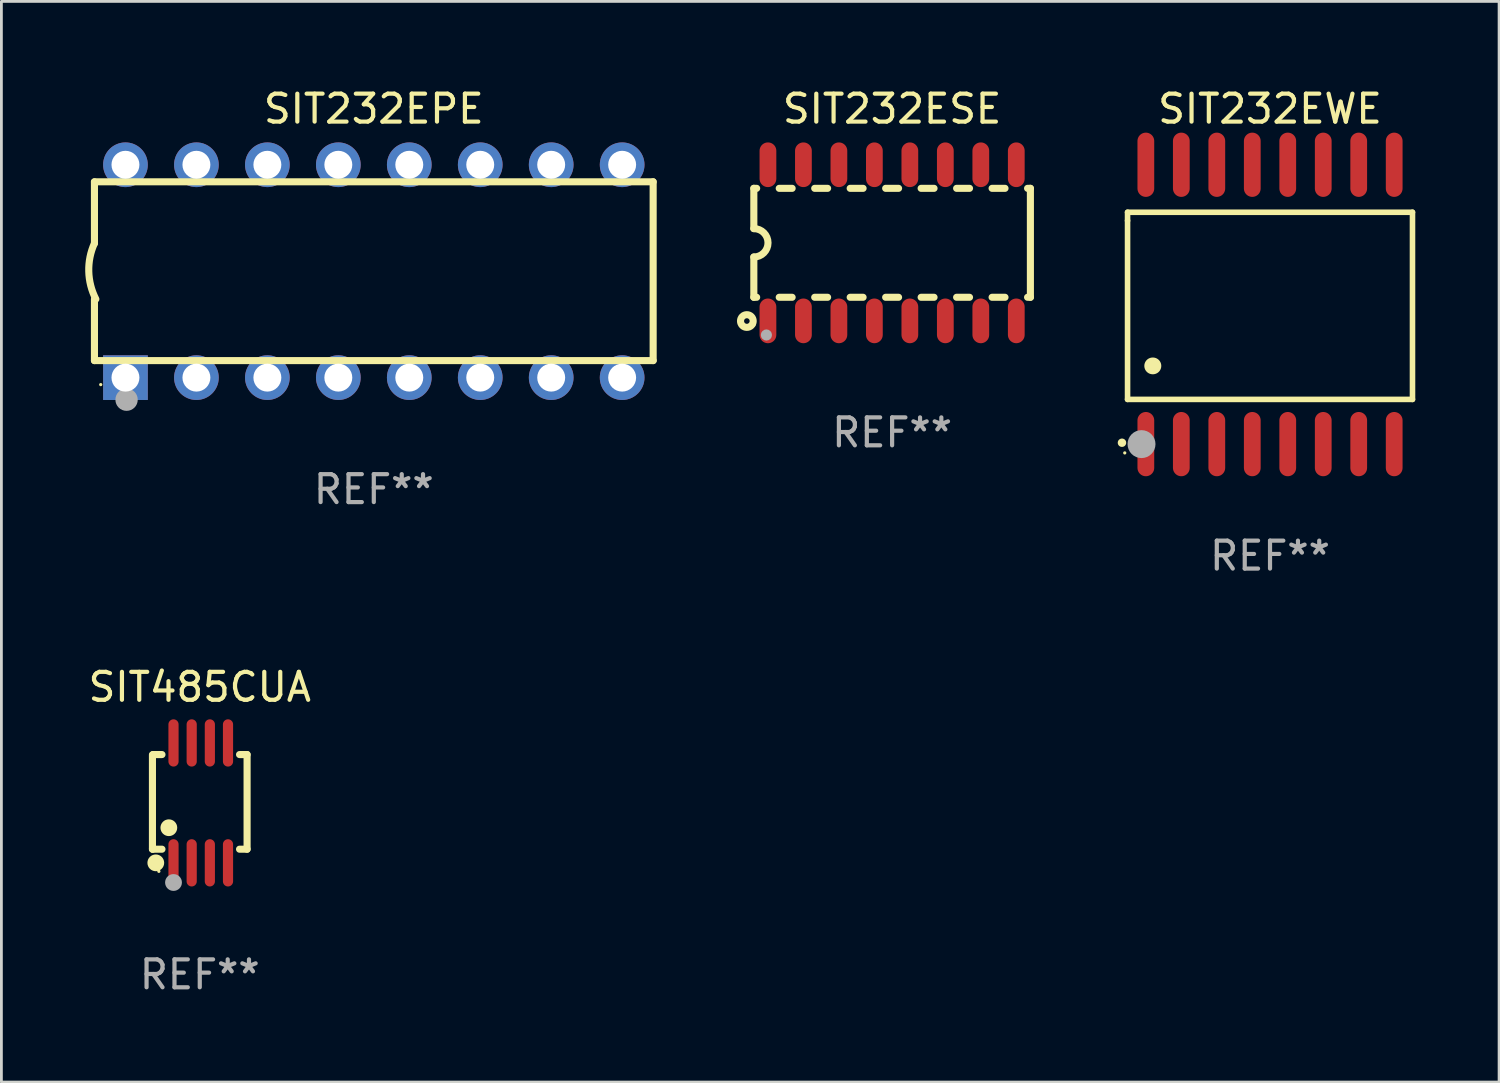
<source format=kicad_pcb>
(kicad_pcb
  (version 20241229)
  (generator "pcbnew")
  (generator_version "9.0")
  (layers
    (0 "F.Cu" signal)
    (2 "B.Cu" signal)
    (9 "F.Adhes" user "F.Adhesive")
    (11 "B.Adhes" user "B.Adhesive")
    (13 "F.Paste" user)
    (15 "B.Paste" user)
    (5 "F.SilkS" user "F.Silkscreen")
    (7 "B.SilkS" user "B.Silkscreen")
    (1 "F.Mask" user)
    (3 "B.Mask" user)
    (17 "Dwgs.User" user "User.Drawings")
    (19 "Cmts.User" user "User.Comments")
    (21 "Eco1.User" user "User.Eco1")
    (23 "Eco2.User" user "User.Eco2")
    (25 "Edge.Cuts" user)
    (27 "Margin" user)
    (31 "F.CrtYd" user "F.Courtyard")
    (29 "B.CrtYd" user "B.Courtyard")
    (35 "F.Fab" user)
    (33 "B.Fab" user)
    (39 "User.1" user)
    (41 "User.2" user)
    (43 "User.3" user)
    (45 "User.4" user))
  (footprint "SIT232EPE"
    (layer "F.Cu")
    (at 10.331 6.658)
    (property "Reference" "SIT232EPE" (at 0 -5.81 0) (layer "F.SilkS") (effects (font (size 1 1) (thickness 0.15))))
    (attr through_hole)
    (fp_line (start -10 -0.998) (end -10 -3.198) (stroke (width 0.254) (type solid)) (layer "F.SilkS"))
    (fp_line (start -10 3.2) (end -10 1) (stroke (width 0.254) (type solid)) (layer "F.SilkS"))
    (fp_line (start 10 -3.2) (end -10 -3.2) (stroke (width 0.254) (type solid)) (layer "F.SilkS"))
    (fp_line (start 10 3.2) (end -10 3.2) (stroke (width 0.254) (type solid)) (layer "F.SilkS"))
    (fp_line (start 10 3.2) (end 10 -3.2) (stroke (width 0.254) (type solid)) (layer "F.SilkS"))
    (fp_arc (start -9.949975 0.999974) (mid -10.203153 0.005693) (end -9.999987 -1) (stroke (width 0.254001) (type solid)) (layer "F.SilkS"))
    (fp_circle (center -9.775 4.06) (end -9.745 4.06) (stroke (width 0.06) (type solid)) (fill no) (layer "F.SilkS"))
    (fp_circle (center -8.85 4.6) (end -8.65 4.6) (stroke (width 0.4) (type solid)) (fill no) (layer "F.Fab"))
    (fp_text user "REF**" (at 0 7.81 0) (layer "F.Fab") (effects (font (size 1 1) (thickness 0.15))))
    (pad "1" thru_hole rect (at -8.89 3.81 90) (size 1.6 1.6) (drill 1) (layers "*.Cu" "*.Mask"))
    (pad "2" thru_hole circle (at -6.35 3.81) (size 1.6 1.6) (drill 1) (layers "*.Cu" "*.Mask"))
    (pad "3" thru_hole circle (at -3.81 3.81) (size 1.6 1.6) (drill 1) (layers "*.Cu" "*.Mask"))
    (pad "4" thru_hole circle (at -1.27 3.81) (size 1.6 1.6) (drill 1) (layers "*.Cu" "*.Mask"))
    (pad "5" thru_hole circle (at 1.27 3.81) (size 1.6 1.6) (drill 1) (layers "*.Cu" "*.Mask"))
    (pad "6" thru_hole circle (at 3.81 3.81) (size 1.6 1.6) (drill 1) (layers "*.Cu" "*.Mask"))
    (pad "7" thru_hole circle (at 6.35 3.81) (size 1.6 1.6) (drill 1) (layers "*.Cu" "*.Mask"))
    (pad "8" thru_hole circle (at 8.89 3.81) (size 1.6 1.6) (drill 1) (layers "*.Cu" "*.Mask"))
    (pad "9" thru_hole circle (at 8.89 -3.81) (size 1.6 1.6) (drill 1) (layers "*.Cu" "*.Mask"))
    (pad "10" thru_hole circle (at 6.35 -3.81) (size 1.6 1.6) (drill 1) (layers "*.Cu" "*.Mask"))
    (pad "11" thru_hole circle (at 3.81 -3.81) (size 1.6 1.6) (drill 1) (layers "*.Cu" "*.Mask"))
    (pad "12" thru_hole circle (at 1.27 -3.81) (size 1.6 1.6) (drill 1) (layers "*.Cu" "*.Mask"))
    (pad "13" thru_hole circle (at -1.27 -3.81) (size 1.6 1.6) (drill 1) (layers "*.Cu" "*.Mask"))
    (pad "14" thru_hole circle (at -3.81 -3.81) (size 1.6 1.6) (drill 1) (layers "*.Cu" "*.Mask"))
    (pad "15" thru_hole circle (at -6.35 -3.81) (size 1.6 1.6) (drill 1) (layers "*.Cu" "*.Mask"))
    (pad "16" thru_hole circle (at -8.89 -3.81) (size 1.6 1.6) (drill 1) (layers "*.Cu" "*.Mask")))
  (footprint "SIT485CUA"
    (layer "F.Cu")
    (at 4.101 25.691)
    (property "Reference" "SIT485CUA" (at 0 -4.146 0) (layer "F.SilkS") (effects (font (size 1 1) (thickness 0.15))))
    (attr through_hole)
    (fp_line (start -1.694 -1.724) (end -1.694 1.652) (stroke (width 0.254) (type solid)) (layer "F.SilkS"))
    (fp_line (start -1.694 1.652) (end -1.688 1.658) (stroke (width 0.254) (type solid)) (layer "F.SilkS"))
    (fp_line (start -1.688 1.658) (end -1.353 1.658) (stroke (width 0.254) (type solid)) (layer "F.SilkS"))
    (fp_line (start -1.661 -1.73) (end -1.681 -1.71) (stroke (width 0.254) (type solid)) (layer "F.SilkS"))
    (fp_line (start -1.353 -1.73) (end -1.661 -1.73) (stroke (width 0.254) (type solid)) (layer "F.SilkS"))
    (fp_line (start 1.424 1.658) (end 1.694 1.658) (stroke (width 0.254) (type solid)) (layer "F.SilkS"))
    (fp_line (start 1.694 -1.73) (end 1.424 -1.73) (stroke (width 0.254) (type solid)) (layer "F.SilkS"))
    (fp_line (start 1.694 1.658) (end 1.694 -1.73) (stroke (width 0.254) (type solid)) (layer "F.SilkS"))
    (fp_circle (center -1.574 2.146) (end -1.424 2.146) (stroke (width 0.3) (type solid)) (fill no) (layer "F.SilkS"))
    (fp_circle (center -1.464 2.45) (end -1.434 2.45) (stroke (width 0.06) (type solid)) (fill no) (layer "F.SilkS"))
    (fp_circle (center -1.107 0.889) (end -0.957 0.889) (stroke (width 0.3) (type solid)) (fill no) (layer "F.SilkS"))
    (fp_circle (center -0.94 2.85) (end -0.789 2.85) (stroke (width 0.3) (type solid)) (fill no) (layer "F.Fab"))
    (fp_text user "REF**" (at 0 6.146 0) (layer "F.Fab") (effects (font (size 1 1) (thickness 0.15))))
    (pad "1" smd oval (at -0.94 2.146) (size 0.364 1.692) (layers "F.Cu" "F.Mask" "F.Paste"))
    (pad "2" smd oval (at -0.289 2.146) (size 0.364 1.692) (layers "F.Cu" "F.Mask" "F.Paste"))
    (pad "3" smd oval (at 0.361 2.146) (size 0.364 1.692) (layers "F.Cu" "F.Mask" "F.Paste"))
    (pad "4" smd oval (at 1.011 2.146) (size 0.364 1.692) (layers "F.Cu" "F.Mask" "F.Paste"))
    (pad "5" smd oval (at 1.011 -2.146) (size 0.364 1.692) (layers "F.Cu" "F.Mask" "F.Paste"))
    (pad "6" smd oval (at 0.361 -2.146) (size 0.364 1.692) (layers "F.Cu" "F.Mask" "F.Paste"))
    (pad "7" smd oval (at -0.289 -2.146) (size 0.364 1.692) (layers "F.Cu" "F.Mask" "F.Paste"))
    (pad "8" smd oval (at -0.94 -2.146) (size 0.364 1.692) (layers "F.Cu" "F.Mask" "F.Paste")))
  (footprint "SIT232ESE"
    (layer "F.Cu")
    (at 28.885 5.642)
    (property "Reference" "SIT232ESE" (at 0 -4.794 0) (layer "F.SilkS") (effects (font (size 1 1) (thickness 0.15))))
    (attr through_hole)
    (fp_line (start -4.95 -1.95) (end -4.95 -0.508) (stroke (width 0.254) (type solid)) (layer "F.SilkS"))
    (fp_line (start -4.95 -1.95) (end -4.849 -1.95) (stroke (width 0.254) (type solid)) (layer "F.SilkS"))
    (fp_line (start -4.95 1.95) (end -4.95 0.508) (stroke (width 0.254) (type solid)) (layer "F.SilkS"))
    (fp_line (start -4.95 1.95) (end -4.849 1.95) (stroke (width 0.254) (type solid)) (layer "F.SilkS"))
    (fp_line (start -4.041 -1.95) (end -3.579 -1.95) (stroke (width 0.254) (type solid)) (layer "F.SilkS"))
    (fp_line (start -4.041 1.95) (end -3.579 1.95) (stroke (width 0.254) (type solid)) (layer "F.SilkS"))
    (fp_line (start -2.771 -1.95) (end -2.309 -1.95) (stroke (width 0.254) (type solid)) (layer "F.SilkS"))
    (fp_line (start -2.771 1.95) (end -2.309 1.95) (stroke (width 0.254) (type solid)) (layer "F.SilkS"))
    (fp_line (start -1.501 -1.95) (end -1.039 -1.95) (stroke (width 0.254) (type solid)) (layer "F.SilkS"))
    (fp_line (start -1.501 1.95) (end -1.039 1.95) (stroke (width 0.254) (type solid)) (layer "F.SilkS"))
    (fp_line (start -0.231 -1.95) (end 0.231 -1.95) (stroke (width 0.254) (type solid)) (layer "F.SilkS"))
    (fp_line (start -0.231 1.95) (end 0.231 1.95) (stroke (width 0.254) (type solid)) (layer "F.SilkS"))
    (fp_line (start 1.039 -1.95) (end 1.501 -1.95) (stroke (width 0.254) (type solid)) (layer "F.SilkS"))
    (fp_line (start 1.039 1.95) (end 1.501 1.95) (stroke (width 0.254) (type solid)) (layer "F.SilkS"))
    (fp_line (start 2.309 -1.95) (end 2.771 -1.95) (stroke (width 0.254) (type solid)) (layer "F.SilkS"))
    (fp_line (start 2.309 1.95) (end 2.771 1.95) (stroke (width 0.254) (type solid)) (layer "F.SilkS"))
    (fp_line (start 3.579 -1.95) (end 4.041 -1.95) (stroke (width 0.254) (type solid)) (layer "F.SilkS"))
    (fp_line (start 3.579 1.95) (end 4.041 1.95) (stroke (width 0.254) (type solid)) (layer "F.SilkS"))
    (fp_line (start 4.849 -1.95) (end 4.95 -1.95) (stroke (width 0.254) (type solid)) (layer "F.SilkS"))
    (fp_line (start 4.849 1.95) (end 4.95 1.95) (stroke (width 0.254) (type solid)) (layer "F.SilkS"))
    (fp_line (start 4.95 -1.95) (end 4.95 1.95) (stroke (width 0.254) (type solid)) (layer "F.SilkS"))
    (fp_arc (start -4.95047 -0.508001) (mid -4.442469 -0.000228) (end -4.950013 0.508001) (stroke (width 0.254001) (type solid)) (layer "F.SilkS"))
    (fp_circle (center -5.2 2.8) (end -5.1 2.8) (stroke (width 0.254) (type solid)) (fill no) (layer "F.SilkS"))
    (fp_circle (center -4.95 2.947) (end -4.92 2.947) (stroke (width 0.06) (type solid)) (fill no) (layer "F.SilkS"))
    (fp_circle (center -4.5 3.3) (end -4.4 3.3) (stroke (width 0.2) (type solid)) (fill no) (layer "F.Fab"))
    (fp_text user "REF**" (at 0 6.794 0) (layer "F.Fab") (effects (font (size 1 1) (thickness 0.15))))
    (pad "1" smd oval (at -4.445 2.794) (size 0.6 1.6) (layers "F.Cu" "F.Mask" "F.Paste"))
    (pad "2" smd oval (at -3.175 2.794) (size 0.6 1.6) (layers "F.Cu" "F.Mask" "F.Paste"))
    (pad "3" smd oval (at -1.905 2.794) (size 0.6 1.6) (layers "F.Cu" "F.Mask" "F.Paste"))
    (pad "4" smd oval (at -0.635 2.794) (size 0.6 1.6) (layers "F.Cu" "F.Mask" "F.Paste"))
    (pad "5" smd oval (at 0.635 2.794) (size 0.6 1.6) (layers "F.Cu" "F.Mask" "F.Paste"))
    (pad "6" smd oval (at 1.905 2.794) (size 0.6 1.6) (layers "F.Cu" "F.Mask" "F.Paste"))
    (pad "7" smd oval (at 3.175 2.794) (size 0.6 1.6) (layers "F.Cu" "F.Mask" "F.Paste"))
    (pad "8" smd oval (at 4.445 2.794) (size 0.6 1.6) (layers "F.Cu" "F.Mask" "F.Paste"))
    (pad "9" smd oval (at 4.445 -2.794) (size 0.6 1.6) (layers "F.Cu" "F.Mask" "F.Paste"))
    (pad "10" smd oval (at 3.175 -2.794) (size 0.6 1.6) (layers "F.Cu" "F.Mask" "F.Paste"))
    (pad "11" smd oval (at 1.905 -2.794) (size 0.6 1.6) (layers "F.Cu" "F.Mask" "F.Paste"))
    (pad "12" smd oval (at 0.635 -2.794) (size 0.6 1.6) (layers "F.Cu" "F.Mask" "F.Paste"))
    (pad "13" smd oval (at -0.635 -2.794) (size 0.6 1.6) (layers "F.Cu" "F.Mask" "F.Paste"))
    (pad "14" smd oval (at -1.905 -2.794) (size 0.6 1.6) (layers "F.Cu" "F.Mask" "F.Paste"))
    (pad "15" smd oval (at -3.175 -2.794) (size 0.6 1.6) (layers "F.Cu" "F.Mask" "F.Paste"))
    (pad "16" smd oval (at -4.445 -2.794) (size 0.6 1.6) (layers "F.Cu" "F.Mask" "F.Paste")))
  (footprint "SIT232EWE"
    (layer "F.Cu")
    (at 42.413 7.848)
    (property "Reference" "SIT232EWE" (at 0 -7 0) (layer "F.SilkS") (effects (font (size 1 1) (thickness 0.15))))
    (attr through_hole)
    (fp_line (start -5.1 -3.3) (end -5.1 -3) (stroke (width 0.2) (type solid)) (layer "F.SilkS"))
    (fp_line (start -5.1 -3) (end -5.1 3.4) (stroke (width 0.2) (type solid)) (layer "F.SilkS"))
    (fp_line (start -5.1 3.4) (end 5.1 3.4) (stroke (width 0.2) (type solid)) (layer "F.SilkS"))
    (fp_line (start 5.1 -3.3) (end -5.1 -3.3) (stroke (width 0.2) (type solid)) (layer "F.SilkS"))
    (fp_line (start 5.1 3.4) (end 5.1 -3.3) (stroke (width 0.2) (type solid)) (layer "F.SilkS"))
    (fp_arc (start -5.300991 4.950495) (mid -5.299721 4.95049) (end -5.298451 4.950495) (stroke (width 0.3) (type solid)) (layer "F.SilkS"))
    (fp_arc (start -4.2 2.200025) (mid -4.19619 2.200001) (end -4.19238 2.200025) (stroke (width 0.6) (type solid)) (layer "F.SilkS"))
    (fp_circle (center -5.2 5.315) (end -5.17 5.315) (stroke (width 0.06) (type solid)) (fill no) (layer "F.SilkS"))
    (fp_circle (center -4.6 5) (end -4.35 5) (stroke (width 0.5) (type solid)) (fill no) (layer "F.Fab"))
    (fp_text user "REF**" (at 0 9 0) (layer "F.Fab") (effects (font (size 1 1) (thickness 0.15))))
    (pad "1" smd oval (at -4.445 5 180) (size 0.6 2.3) (layers "F.Cu" "F.Mask" "F.Paste"))
    (pad "2" smd oval (at -3.175 5 180) (size 0.6 2.3) (layers "F.Cu" "F.Mask" "F.Paste"))
    (pad "3" smd oval (at -1.905 5 180) (size 0.6 2.3) (layers "F.Cu" "F.Mask" "F.Paste"))
    (pad "4" smd oval (at -0.635 5 180) (size 0.6 2.3) (layers "F.Cu" "F.Mask" "F.Paste"))
    (pad "5" smd oval (at 0.635 5 180) (size 0.6 2.3) (layers "F.Cu" "F.Mask" "F.Paste"))
    (pad "6" smd oval (at 1.905 5 180) (size 0.6 2.3) (layers "F.Cu" "F.Mask" "F.Paste"))
    (pad "7" smd oval (at 3.175 5 180) (size 0.6 2.3) (layers "F.Cu" "F.Mask" "F.Paste"))
    (pad "8" smd oval (at 4.445 5 180) (size 0.6 2.3) (layers "F.Cu" "F.Mask" "F.Paste"))
    (pad "9" smd oval (at 4.445 -5 180) (size 0.6 2.3) (layers "F.Cu" "F.Mask" "F.Paste"))
    (pad "10" smd oval (at 3.175 -5 180) (size 0.6 2.3) (layers "F.Cu" "F.Mask" "F.Paste"))
    (pad "11" smd oval (at 1.905 -5 180) (size 0.6 2.3) (layers "F.Cu" "F.Mask" "F.Paste"))
    (pad "12" smd oval (at 0.635 -5 180) (size 0.6 2.3) (layers "F.Cu" "F.Mask" "F.Paste"))
    (pad "13" smd oval (at -0.635 -5 180) (size 0.6 2.3) (layers "F.Cu" "F.Mask" "F.Paste"))
    (pad "14" smd oval (at -1.905 -5 180) (size 0.6 2.3) (layers "F.Cu" "F.Mask" "F.Paste"))
    (pad "15" smd oval (at -3.175 -5 180) (size 0.6 2.3) (layers "F.Cu" "F.Mask" "F.Paste"))
    (pad "16" smd oval (at -4.445 -5 180) (size 0.6 2.3) (layers "F.Cu" "F.Mask" "F.Paste")))
  (gr_rect
    (start -3 -3)
    (end 50.613 35.685)
    (stroke (width 0.1) (type default))
    (fill no)
    (layer "Edge.Cuts")))
</source>
